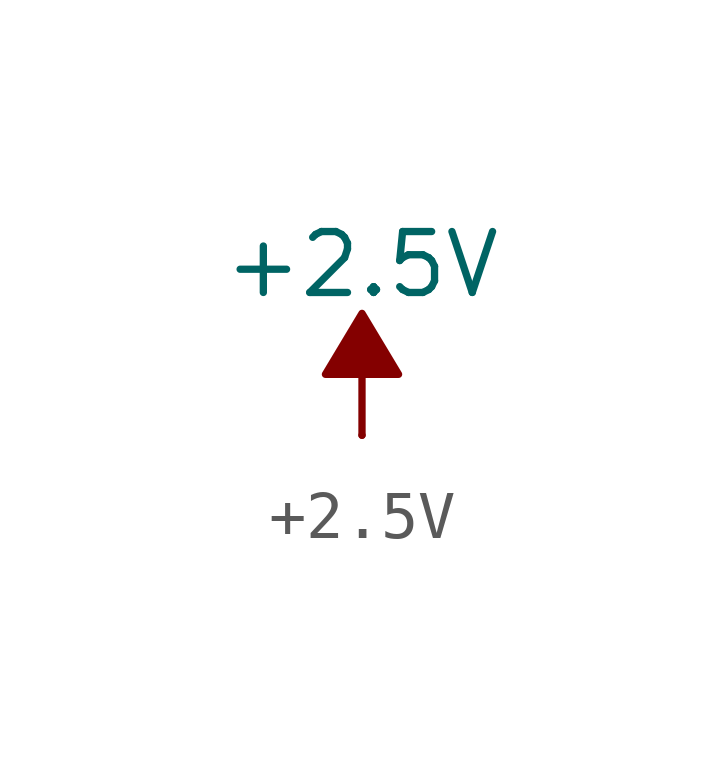
<source format=kicad_sym>
(kicad_symbol_lib
  (version 20241209)
  (generator "kicad_symbol_editor")
  (generator_version "9.0")
  (symbol "+2.5V"
    (power)
    (pin_numbers
      (hide yes))
    (pin_names
      (offset 0)
      (hide yes))
    (property "Reference" "#PWR"
      (at 0 -3.81 0)
      (effects (font (size 1.27 1.27)) (hide yes)))
    (property "Value" "+2.5V"
      (at 0 3.556 0)
      (effects (font (size 1.27 1.27))))
    (symbol "+2.5V_0_0"
      (pin power_in line (at 0 0 90) (length 0) (name "~" (effects (font (size 1.27 1.27)))) (number "1" (effects (font (size 1.27 1.27))))))
    (symbol "+2.5V_0_1"
      (polyline (pts (xy 0 0) (xy 0 1.27) (xy 0.762 1.27) (xy 0 2.54) (xy -0.762 1.27) (xy 0 1.27)) (stroke (width 0) (type default)) (fill (type outline))))))
</source>
